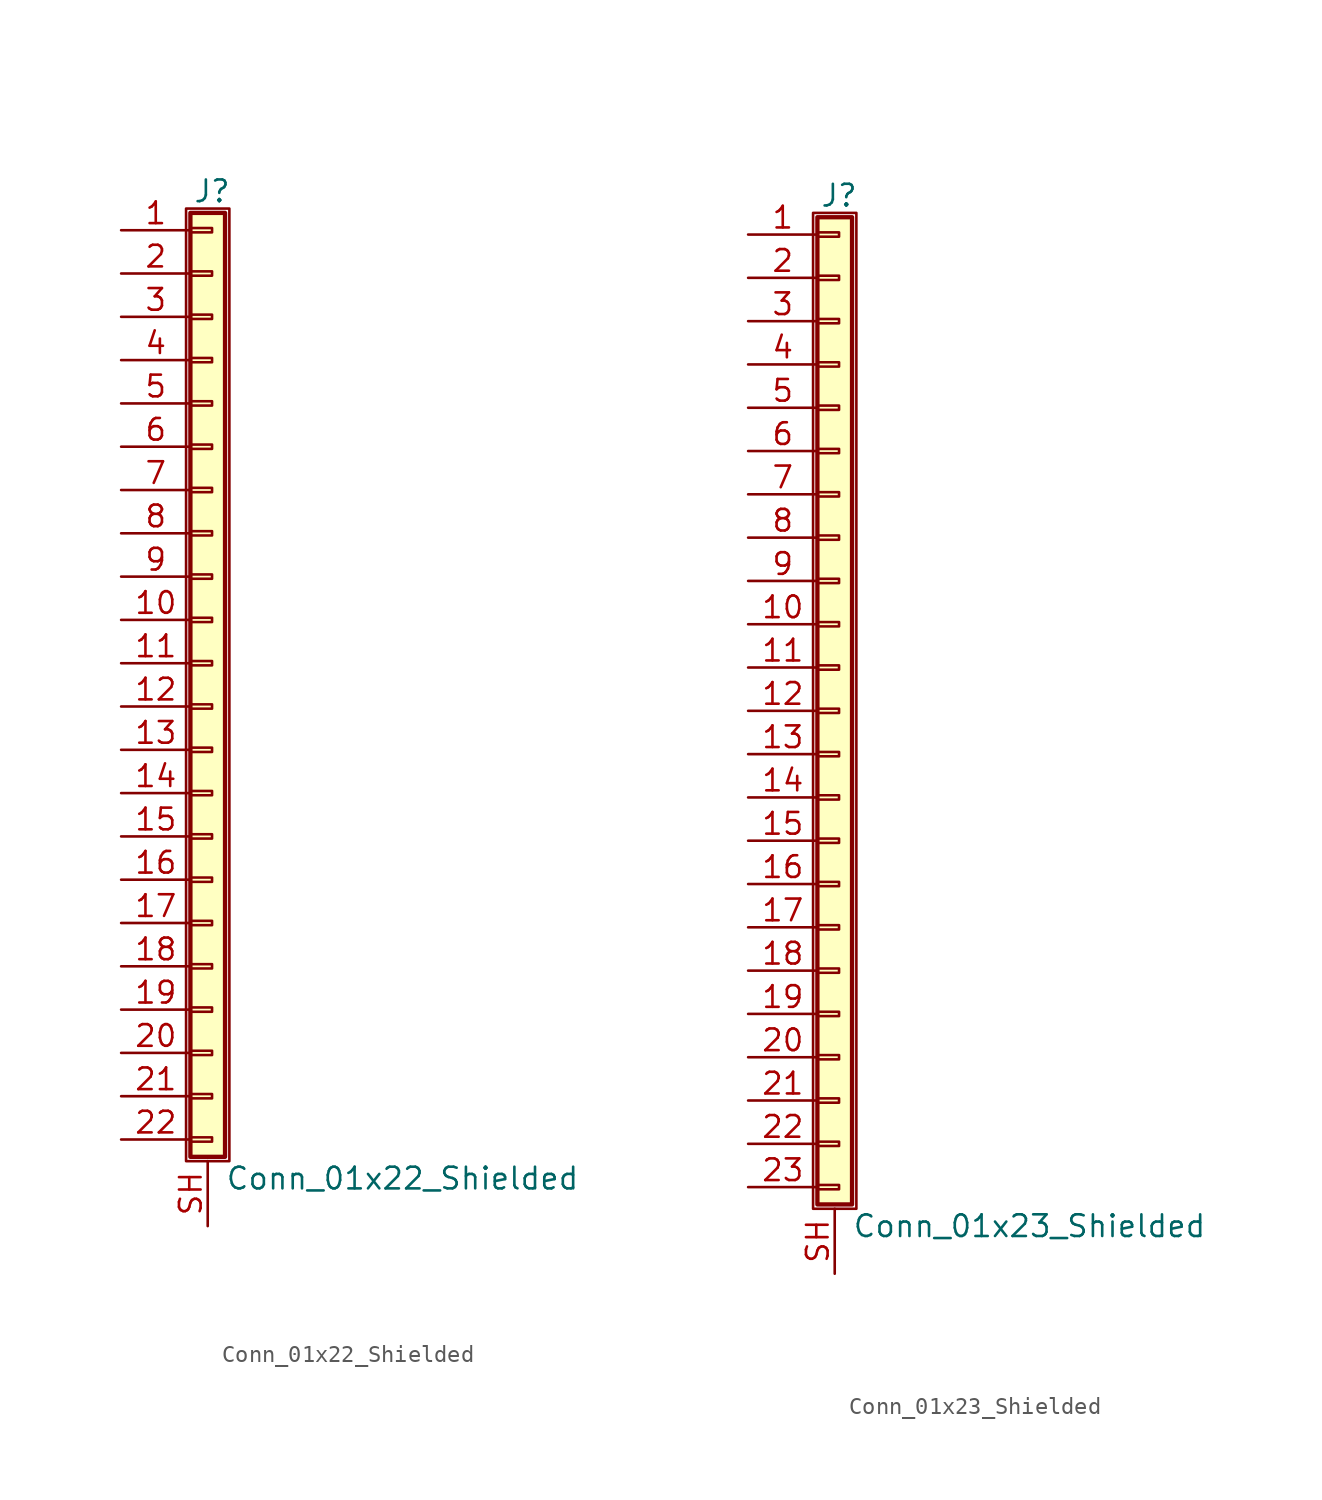
<source format=kicad_sym>
(kicad_symbol_lib
  (version 20211014)
  (generator kicad_symbol_editor)
  (symbol "Conn_01x22_Shielded"
    (pin_names
      (offset 1.016) hide)
    (property "Reference" "J"
      (at 0.254 27.686 0)
      (effects (font (size 1.27 1.27))))
    (property "Value" "Conn_01x22_Shielded"
      (at 1.016 -30.226 0)
      (effects (font (size 1.27 1.27)) (justify left)))
    (symbol "Conn_01x22_Shielded_1_1"
      (rectangle (start -1.27 26.67) (end 1.27 -29.21) (stroke (width 0.152) (type default) (color 0 0 0 0)) (fill (type none)))
      (rectangle (start -1.016 -27.813) (end 0.254 -28.067) (stroke (width 0.152) (type default) (color 0 0 0 0)) (fill (type none)))
      (rectangle (start -1.016 -25.273) (end 0.254 -25.527) (stroke (width 0.152) (type default) (color 0 0 0 0)) (fill (type none)))
      (rectangle (start -1.016 -22.733) (end 0.254 -22.987) (stroke (width 0.152) (type default) (color 0 0 0 0)) (fill (type none)))
      (rectangle (start -1.016 -20.193) (end 0.254 -20.447) (stroke (width 0.152) (type default) (color 0 0 0 0)) (fill (type none)))
      (rectangle (start -1.016 -17.653) (end 0.254 -17.907) (stroke (width 0.152) (type default) (color 0 0 0 0)) (fill (type none)))
      (rectangle (start -1.016 -15.113) (end 0.254 -15.367) (stroke (width 0.152) (type default) (color 0 0 0 0)) (fill (type none)))
      (rectangle (start -1.016 -12.573) (end 0.254 -12.827) (stroke (width 0.152) (type default) (color 0 0 0 0)) (fill (type none)))
      (rectangle (start -1.016 -10.033) (end 0.254 -10.287) (stroke (width 0.152) (type default) (color 0 0 0 0)) (fill (type none)))
      (rectangle (start -1.016 -7.493) (end 0.254 -7.747) (stroke (width 0.152) (type default) (color 0 0 0 0)) (fill (type none)))
      (rectangle (start -1.016 -4.953) (end 0.254 -5.207) (stroke (width 0.152) (type default) (color 0 0 0 0)) (fill (type none)))
      (rectangle (start -1.016 -2.413) (end 0.254 -2.667) (stroke (width 0.152) (type default) (color 0 0 0 0)) (fill (type none)))
      (rectangle (start -1.016 0.127) (end 0.254 -0.127) (stroke (width 0.152) (type default) (color 0 0 0 0)) (fill (type none)))
      (rectangle (start -1.016 2.667) (end 0.254 2.413) (stroke (width 0.152) (type default) (color 0 0 0 0)) (fill (type none)))
      (rectangle (start -1.016 5.207) (end 0.254 4.953) (stroke (width 0.152) (type default) (color 0 0 0 0)) (fill (type none)))
      (rectangle (start -1.016 7.747) (end 0.254 7.493) (stroke (width 0.152) (type default) (color 0 0 0 0)) (fill (type none)))
      (rectangle (start -1.016 10.287) (end 0.254 10.033) (stroke (width 0.152) (type default) (color 0 0 0 0)) (fill (type none)))
      (rectangle (start -1.016 12.827) (end 0.254 12.573) (stroke (width 0.152) (type default) (color 0 0 0 0)) (fill (type none)))
      (rectangle (start -1.016 15.367) (end 0.254 15.113) (stroke (width 0.152) (type default) (color 0 0 0 0)) (fill (type none)))
      (rectangle (start -1.016 17.907) (end 0.254 17.653) (stroke (width 0.152) (type default) (color 0 0 0 0)) (fill (type none)))
      (rectangle (start -1.016 20.447) (end 0.254 20.193) (stroke (width 0.152) (type default) (color 0 0 0 0)) (fill (type none)))
      (rectangle (start -1.016 22.987) (end 0.254 22.733) (stroke (width 0.152) (type default) (color 0 0 0 0)) (fill (type none)))
      (rectangle (start -1.016 25.527) (end 0.254 25.273) (stroke (width 0.152) (type default) (color 0 0 0 0)) (fill (type none)))
      (rectangle (start -1.016 26.416) (end 1.016 -28.956) (stroke (width 0.254) (type default) (color 0 0 0 0)) (fill (type background)))
      (pin passive line (at -5.08 25.4 0) (length 4.064) (name "Pin_1" (effects (font (size 1.27 1.27)))) (number "1" (effects (font (size 1.27 1.27)))))
      (pin passive line (at -5.08 2.54 0) (length 4.064) (name "Pin_10" (effects (font (size 1.27 1.27)))) (number "10" (effects (font (size 1.27 1.27)))))
      (pin passive line (at -5.08 0 0) (length 4.064) (name "Pin_11" (effects (font (size 1.27 1.27)))) (number "11" (effects (font (size 1.27 1.27)))))
      (pin passive line (at -5.08 -2.54 0) (length 4.064) (name "Pin_12" (effects (font (size 1.27 1.27)))) (number "12" (effects (font (size 1.27 1.27)))))
      (pin passive line (at -5.08 -5.08 0) (length 4.064) (name "Pin_13" (effects (font (size 1.27 1.27)))) (number "13" (effects (font (size 1.27 1.27)))))
      (pin passive line (at -5.08 -7.62 0) (length 4.064) (name "Pin_14" (effects (font (size 1.27 1.27)))) (number "14" (effects (font (size 1.27 1.27)))))
      (pin passive line (at -5.08 -10.16 0) (length 4.064) (name "Pin_15" (effects (font (size 1.27 1.27)))) (number "15" (effects (font (size 1.27 1.27)))))
      (pin passive line (at -5.08 -12.7 0) (length 4.064) (name "Pin_16" (effects (font (size 1.27 1.27)))) (number "16" (effects (font (size 1.27 1.27)))))
      (pin passive line (at -5.08 -15.24 0) (length 4.064) (name "Pin_17" (effects (font (size 1.27 1.27)))) (number "17" (effects (font (size 1.27 1.27)))))
      (pin passive line (at -5.08 -17.78 0) (length 4.064) (name "Pin_18" (effects (font (size 1.27 1.27)))) (number "18" (effects (font (size 1.27 1.27)))))
      (pin passive line (at -5.08 -20.32 0) (length 4.064) (name "Pin_19" (effects (font (size 1.27 1.27)))) (number "19" (effects (font (size 1.27 1.27)))))
      (pin passive line (at -5.08 22.86 0) (length 4.064) (name "Pin_2" (effects (font (size 1.27 1.27)))) (number "2" (effects (font (size 1.27 1.27)))))
      (pin passive line (at -5.08 -22.86 0) (length 4.064) (name "Pin_20" (effects (font (size 1.27 1.27)))) (number "20" (effects (font (size 1.27 1.27)))))
      (pin passive line (at -5.08 -25.4 0) (length 4.064) (name "Pin_21" (effects (font (size 1.27 1.27)))) (number "21" (effects (font (size 1.27 1.27)))))
      (pin passive line (at -5.08 -27.94 0) (length 4.064) (name "Pin_22" (effects (font (size 1.27 1.27)))) (number "22" (effects (font (size 1.27 1.27)))))
      (pin passive line (at -5.08 20.32 0) (length 4.064) (name "Pin_3" (effects (font (size 1.27 1.27)))) (number "3" (effects (font (size 1.27 1.27)))))
      (pin passive line (at -5.08 17.78 0) (length 4.064) (name "Pin_4" (effects (font (size 1.27 1.27)))) (number "4" (effects (font (size 1.27 1.27)))))
      (pin passive line (at -5.08 15.24 0) (length 4.064) (name "Pin_5" (effects (font (size 1.27 1.27)))) (number "5" (effects (font (size 1.27 1.27)))))
      (pin passive line (at -5.08 12.7 0) (length 4.064) (name "Pin_6" (effects (font (size 1.27 1.27)))) (number "6" (effects (font (size 1.27 1.27)))))
      (pin passive line (at -5.08 10.16 0) (length 4.064) (name "Pin_7" (effects (font (size 1.27 1.27)))) (number "7" (effects (font (size 1.27 1.27)))))
      (pin passive line (at -5.08 7.62 0) (length 4.064) (name "Pin_8" (effects (font (size 1.27 1.27)))) (number "8" (effects (font (size 1.27 1.27)))))
      (pin passive line (at -5.08 5.08 0) (length 4.064) (name "Pin_9" (effects (font (size 1.27 1.27)))) (number "9" (effects (font (size 1.27 1.27)))))
      (pin passive line (at 0 -33.02 90) (length 3.81) (name "Shield" (effects (font (size 1.27 1.27)))) (number "SH" (effects (font (size 1.27 1.27)))))))
  (symbol "Conn_01x23_Shielded"
    (pin_names
      (offset 1.016) hide)
    (property "Reference" "J"
      (at 0.254 30.226 0)
      (effects (font (size 1.27 1.27))))
    (property "Value" "Conn_01x23_Shielded"
      (at 1.016 -30.226 0)
      (effects (font (size 1.27 1.27)) (justify left)))
    (symbol "Conn_01x23_Shielded_1_1"
      (rectangle (start -1.27 29.21) (end 1.27 -29.21) (stroke (width 0.152) (type default) (color 0 0 0 0)) (fill (type none)))
      (rectangle (start -1.016 -27.813) (end 0.254 -28.067) (stroke (width 0.152) (type default) (color 0 0 0 0)) (fill (type none)))
      (rectangle (start -1.016 -25.273) (end 0.254 -25.527) (stroke (width 0.152) (type default) (color 0 0 0 0)) (fill (type none)))
      (rectangle (start -1.016 -22.733) (end 0.254 -22.987) (stroke (width 0.152) (type default) (color 0 0 0 0)) (fill (type none)))
      (rectangle (start -1.016 -20.193) (end 0.254 -20.447) (stroke (width 0.152) (type default) (color 0 0 0 0)) (fill (type none)))
      (rectangle (start -1.016 -17.653) (end 0.254 -17.907) (stroke (width 0.152) (type default) (color 0 0 0 0)) (fill (type none)))
      (rectangle (start -1.016 -15.113) (end 0.254 -15.367) (stroke (width 0.152) (type default) (color 0 0 0 0)) (fill (type none)))
      (rectangle (start -1.016 -12.573) (end 0.254 -12.827) (stroke (width 0.152) (type default) (color 0 0 0 0)) (fill (type none)))
      (rectangle (start -1.016 -10.033) (end 0.254 -10.287) (stroke (width 0.152) (type default) (color 0 0 0 0)) (fill (type none)))
      (rectangle (start -1.016 -7.493) (end 0.254 -7.747) (stroke (width 0.152) (type default) (color 0 0 0 0)) (fill (type none)))
      (rectangle (start -1.016 -4.953) (end 0.254 -5.207) (stroke (width 0.152) (type default) (color 0 0 0 0)) (fill (type none)))
      (rectangle (start -1.016 -2.413) (end 0.254 -2.667) (stroke (width 0.152) (type default) (color 0 0 0 0)) (fill (type none)))
      (rectangle (start -1.016 0.127) (end 0.254 -0.127) (stroke (width 0.152) (type default) (color 0 0 0 0)) (fill (type none)))
      (rectangle (start -1.016 2.667) (end 0.254 2.413) (stroke (width 0.152) (type default) (color 0 0 0 0)) (fill (type none)))
      (rectangle (start -1.016 5.207) (end 0.254 4.953) (stroke (width 0.152) (type default) (color 0 0 0 0)) (fill (type none)))
      (rectangle (start -1.016 7.747) (end 0.254 7.493) (stroke (width 0.152) (type default) (color 0 0 0 0)) (fill (type none)))
      (rectangle (start -1.016 10.287) (end 0.254 10.033) (stroke (width 0.152) (type default) (color 0 0 0 0)) (fill (type none)))
      (rectangle (start -1.016 12.827) (end 0.254 12.573) (stroke (width 0.152) (type default) (color 0 0 0 0)) (fill (type none)))
      (rectangle (start -1.016 15.367) (end 0.254 15.113) (stroke (width 0.152) (type default) (color 0 0 0 0)) (fill (type none)))
      (rectangle (start -1.016 17.907) (end 0.254 17.653) (stroke (width 0.152) (type default) (color 0 0 0 0)) (fill (type none)))
      (rectangle (start -1.016 20.447) (end 0.254 20.193) (stroke (width 0.152) (type default) (color 0 0 0 0)) (fill (type none)))
      (rectangle (start -1.016 22.987) (end 0.254 22.733) (stroke (width 0.152) (type default) (color 0 0 0 0)) (fill (type none)))
      (rectangle (start -1.016 25.527) (end 0.254 25.273) (stroke (width 0.152) (type default) (color 0 0 0 0)) (fill (type none)))
      (rectangle (start -1.016 28.067) (end 0.254 27.813) (stroke (width 0.152) (type default) (color 0 0 0 0)) (fill (type none)))
      (rectangle (start -1.016 28.956) (end 1.016 -28.956) (stroke (width 0.254) (type default) (color 0 0 0 0)) (fill (type background)))
      (pin passive line (at -5.08 27.94 0) (length 4.064) (name "Pin_1" (effects (font (size 1.27 1.27)))) (number "1" (effects (font (size 1.27 1.27)))))
      (pin passive line (at -5.08 5.08 0) (length 4.064) (name "Pin_10" (effects (font (size 1.27 1.27)))) (number "10" (effects (font (size 1.27 1.27)))))
      (pin passive line (at -5.08 2.54 0) (length 4.064) (name "Pin_11" (effects (font (size 1.27 1.27)))) (number "11" (effects (font (size 1.27 1.27)))))
      (pin passive line (at -5.08 0 0) (length 4.064) (name "Pin_12" (effects (font (size 1.27 1.27)))) (number "12" (effects (font (size 1.27 1.27)))))
      (pin passive line (at -5.08 -2.54 0) (length 4.064) (name "Pin_13" (effects (font (size 1.27 1.27)))) (number "13" (effects (font (size 1.27 1.27)))))
      (pin passive line (at -5.08 -5.08 0) (length 4.064) (name "Pin_14" (effects (font (size 1.27 1.27)))) (number "14" (effects (font (size 1.27 1.27)))))
      (pin passive line (at -5.08 -7.62 0) (length 4.064) (name "Pin_15" (effects (font (size 1.27 1.27)))) (number "15" (effects (font (size 1.27 1.27)))))
      (pin passive line (at -5.08 -10.16 0) (length 4.064) (name "Pin_16" (effects (font (size 1.27 1.27)))) (number "16" (effects (font (size 1.27 1.27)))))
      (pin passive line (at -5.08 -12.7 0) (length 4.064) (name "Pin_17" (effects (font (size 1.27 1.27)))) (number "17" (effects (font (size 1.27 1.27)))))
      (pin passive line (at -5.08 -15.24 0) (length 4.064) (name "Pin_18" (effects (font (size 1.27 1.27)))) (number "18" (effects (font (size 1.27 1.27)))))
      (pin passive line (at -5.08 -17.78 0) (length 4.064) (name "Pin_19" (effects (font (size 1.27 1.27)))) (number "19" (effects (font (size 1.27 1.27)))))
      (pin passive line (at -5.08 25.4 0) (length 4.064) (name "Pin_2" (effects (font (size 1.27 1.27)))) (number "2" (effects (font (size 1.27 1.27)))))
      (pin passive line (at -5.08 -20.32 0) (length 4.064) (name "Pin_20" (effects (font (size 1.27 1.27)))) (number "20" (effects (font (size 1.27 1.27)))))
      (pin passive line (at -5.08 -22.86 0) (length 4.064) (name "Pin_21" (effects (font (size 1.27 1.27)))) (number "21" (effects (font (size 1.27 1.27)))))
      (pin passive line (at -5.08 -25.4 0) (length 4.064) (name "Pin_22" (effects (font (size 1.27 1.27)))) (number "22" (effects (font (size 1.27 1.27)))))
      (pin passive line (at -5.08 -27.94 0) (length 4.064) (name "Pin_23" (effects (font (size 1.27 1.27)))) (number "23" (effects (font (size 1.27 1.27)))))
      (pin passive line (at -5.08 22.86 0) (length 4.064) (name "Pin_3" (effects (font (size 1.27 1.27)))) (number "3" (effects (font (size 1.27 1.27)))))
      (pin passive line (at -5.08 20.32 0) (length 4.064) (name "Pin_4" (effects (font (size 1.27 1.27)))) (number "4" (effects (font (size 1.27 1.27)))))
      (pin passive line (at -5.08 17.78 0) (length 4.064) (name "Pin_5" (effects (font (size 1.27 1.27)))) (number "5" (effects (font (size 1.27 1.27)))))
      (pin passive line (at -5.08 15.24 0) (length 4.064) (name "Pin_6" (effects (font (size 1.27 1.27)))) (number "6" (effects (font (size 1.27 1.27)))))
      (pin passive line (at -5.08 12.7 0) (length 4.064) (name "Pin_7" (effects (font (size 1.27 1.27)))) (number "7" (effects (font (size 1.27 1.27)))))
      (pin passive line (at -5.08 10.16 0) (length 4.064) (name "Pin_8" (effects (font (size 1.27 1.27)))) (number "8" (effects (font (size 1.27 1.27)))))
      (pin passive line (at -5.08 7.62 0) (length 4.064) (name "Pin_9" (effects (font (size 1.27 1.27)))) (number "9" (effects (font (size 1.27 1.27)))))
      (pin passive line (at 0 -33.02 90) (length 3.81) (name "Shield" (effects (font (size 1.27 1.27)))) (number "SH" (effects (font (size 1.27 1.27))))))))
</source>
